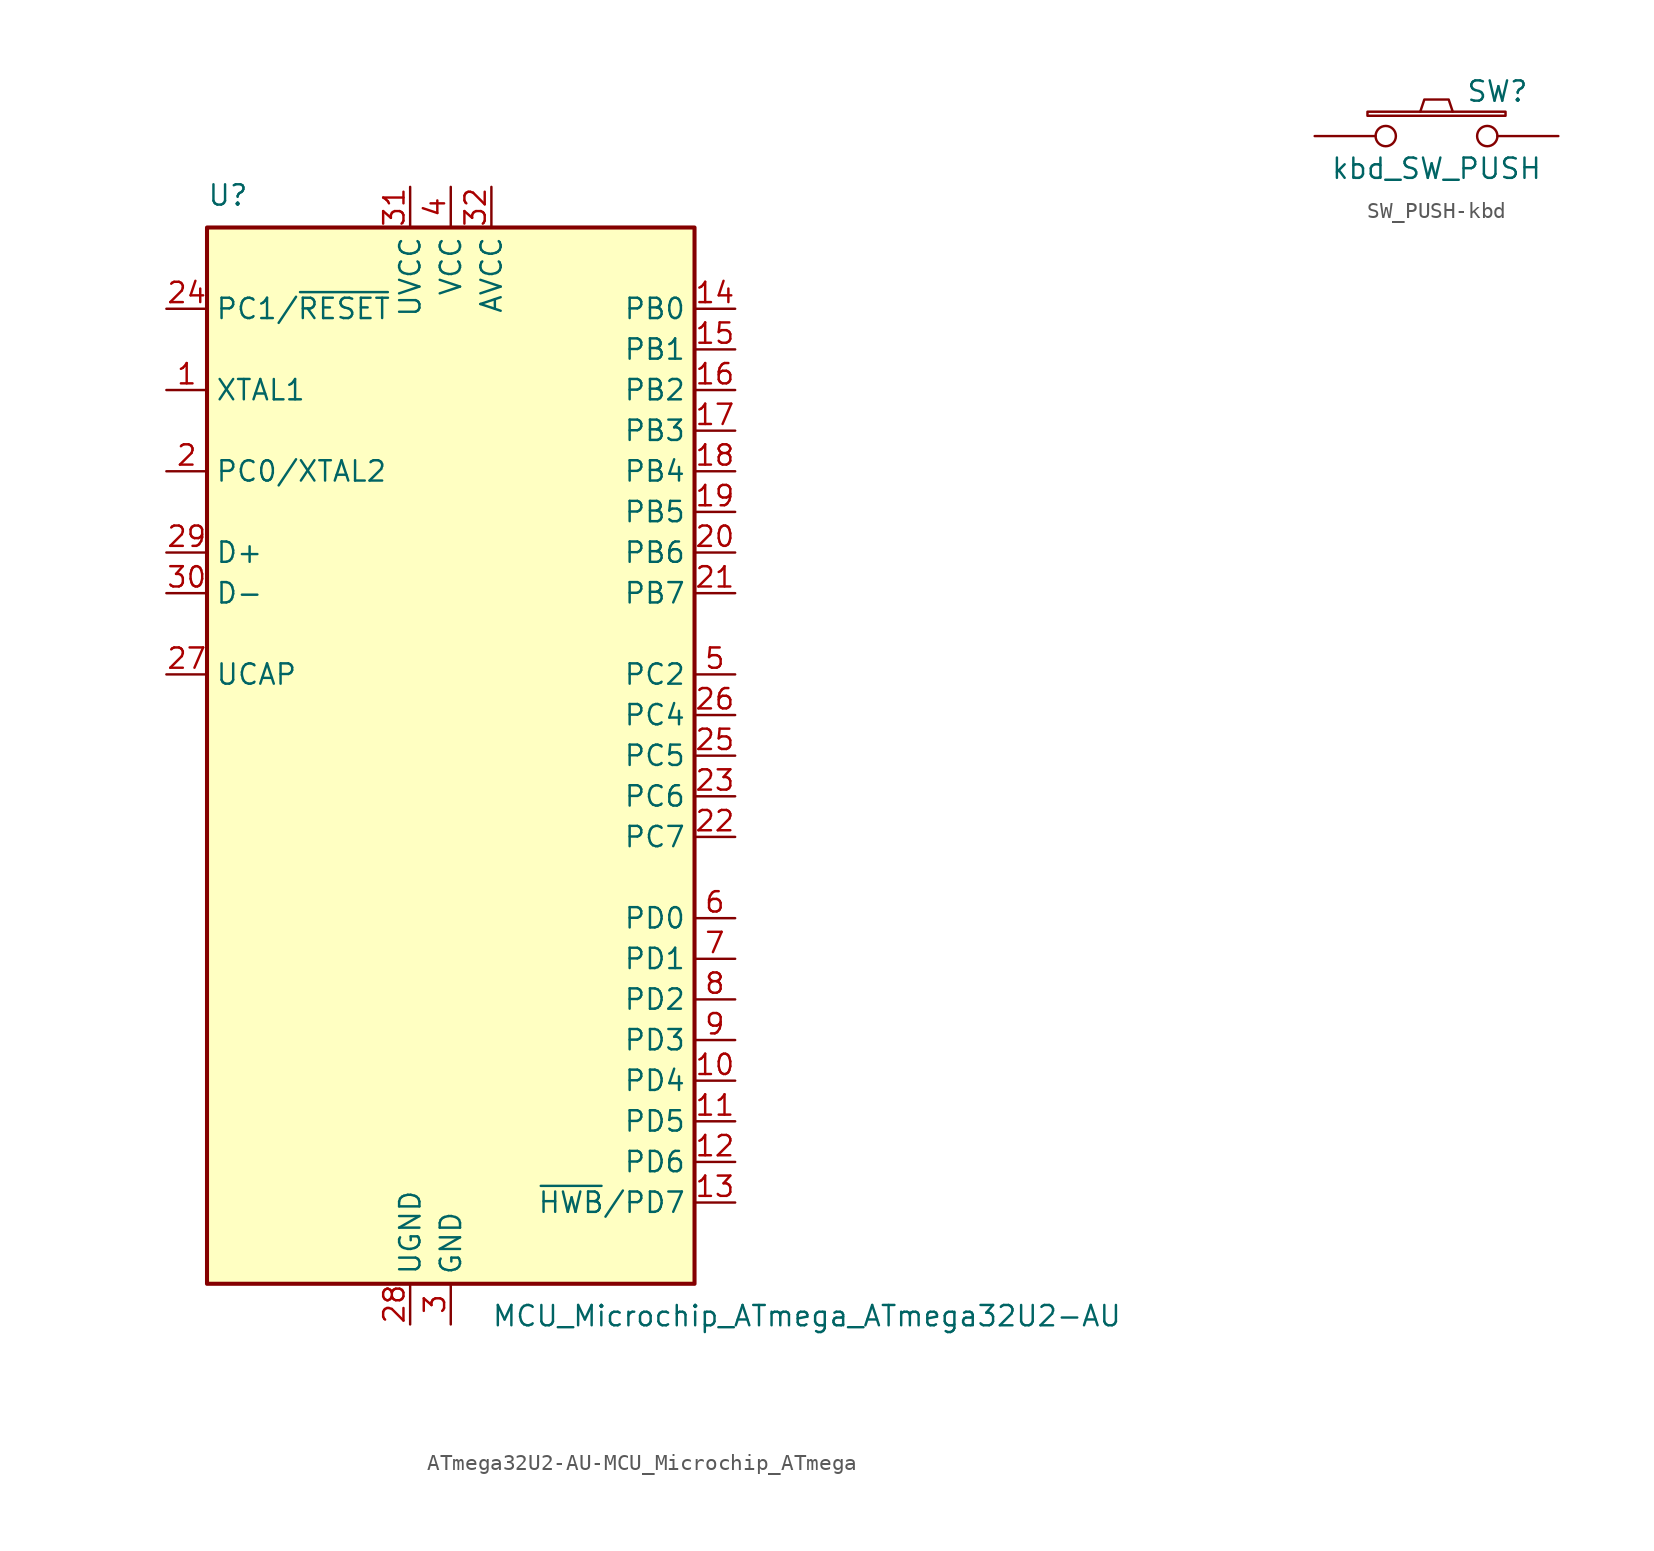
<source format=kicad_sym>
(kicad_symbol_lib
  (version 20231120)
  (generator "kicad_symbol_editor")
  (generator_version "8.0")
  (symbol "ATmega32U2-AU-MCU_Microchip_ATmega"
    (property "Reference" "U"
      (at -15.24 34.29 0)
      (effects (font (size 1.27 1.27)) (justify left bottom)))
    (property "Value" "MCU_Microchip_ATmega_ATmega32U2-AU"
      (at 2.54 -34.29 0)
      (effects (font (size 1.27 1.27)) (justify left top)))
    (symbol "ATmega32U2-AU-MCU_Microchip_ATmega_0_1"
      (rectangle (start -15.24 -33.02) (end 15.24 33.02) (stroke (width 0.254) (type solid)) (fill (type background))))
    (symbol "ATmega32U2-AU-MCU_Microchip_ATmega_1_1"
      (pin input line (at -17.78 22.86 0) (length 2.54) (name "XTAL1" (effects (font (size 1.27 1.27)))) (number "1" (effects (font (size 1.27 1.27)))))
      (pin bidirectional line (at 17.78 -20.32 180) (length 2.54) (name "PD4" (effects (font (size 1.27 1.27)))) (number "10" (effects (font (size 1.27 1.27)))))
      (pin bidirectional line (at 17.78 -22.86 180) (length 2.54) (name "PD5" (effects (font (size 1.27 1.27)))) (number "11" (effects (font (size 1.27 1.27)))))
      (pin bidirectional line (at 17.78 -25.4 180) (length 2.54) (name "PD6" (effects (font (size 1.27 1.27)))) (number "12" (effects (font (size 1.27 1.27)))))
      (pin bidirectional line (at 17.78 -27.94 180) (length 2.54) (name "~{HWB}/PD7" (effects (font (size 1.27 1.27)))) (number "13" (effects (font (size 1.27 1.27)))))
      (pin bidirectional line (at 17.78 27.94 180) (length 2.54) (name "PB0" (effects (font (size 1.27 1.27)))) (number "14" (effects (font (size 1.27 1.27)))))
      (pin bidirectional line (at 17.78 25.4 180) (length 2.54) (name "PB1" (effects (font (size 1.27 1.27)))) (number "15" (effects (font (size 1.27 1.27)))))
      (pin bidirectional line (at 17.78 22.86 180) (length 2.54) (name "PB2" (effects (font (size 1.27 1.27)))) (number "16" (effects (font (size 1.27 1.27)))))
      (pin bidirectional line (at 17.78 20.32 180) (length 2.54) (name "PB3" (effects (font (size 1.27 1.27)))) (number "17" (effects (font (size 1.27 1.27)))))
      (pin bidirectional line (at 17.78 17.78 180) (length 2.54) (name "PB4" (effects (font (size 1.27 1.27)))) (number "18" (effects (font (size 1.27 1.27)))))
      (pin bidirectional line (at 17.78 15.24 180) (length 2.54) (name "PB5" (effects (font (size 1.27 1.27)))) (number "19" (effects (font (size 1.27 1.27)))))
      (pin bidirectional line (at -17.78 17.78 0) (length 2.54) (name "PC0/XTAL2" (effects (font (size 1.27 1.27)))) (number "2" (effects (font (size 1.27 1.27)))))
      (pin bidirectional line (at 17.78 12.7 180) (length 2.54) (name "PB6" (effects (font (size 1.27 1.27)))) (number "20" (effects (font (size 1.27 1.27)))))
      (pin bidirectional line (at 17.78 10.16 180) (length 2.54) (name "PB7" (effects (font (size 1.27 1.27)))) (number "21" (effects (font (size 1.27 1.27)))))
      (pin bidirectional line (at 17.78 -5.08 180) (length 2.54) (name "PC7" (effects (font (size 1.27 1.27)))) (number "22" (effects (font (size 1.27 1.27)))))
      (pin bidirectional line (at 17.78 -2.54 180) (length 2.54) (name "PC6" (effects (font (size 1.27 1.27)))) (number "23" (effects (font (size 1.27 1.27)))))
      (pin bidirectional line (at -17.78 27.94 0) (length 2.54) (name "PC1/~{RESET}" (effects (font (size 1.27 1.27)))) (number "24" (effects (font (size 1.27 1.27)))))
      (pin bidirectional line (at 17.78 0 180) (length 2.54) (name "PC5" (effects (font (size 1.27 1.27)))) (number "25" (effects (font (size 1.27 1.27)))))
      (pin bidirectional line (at 17.78 2.54 180) (length 2.54) (name "PC4" (effects (font (size 1.27 1.27)))) (number "26" (effects (font (size 1.27 1.27)))))
      (pin passive line (at -17.78 5.08 0) (length 2.54) (name "UCAP" (effects (font (size 1.27 1.27)))) (number "27" (effects (font (size 1.27 1.27)))))
      (pin power_in line (at -2.54 -35.56 90) (length 2.54) (name "UGND" (effects (font (size 1.27 1.27)))) (number "28" (effects (font (size 1.27 1.27)))))
      (pin bidirectional line (at -17.78 12.7 0) (length 2.54) (name "D+" (effects (font (size 1.27 1.27)))) (number "29" (effects (font (size 1.27 1.27)))))
      (pin power_in line (at 0 -35.56 90) (length 2.54) (name "GND" (effects (font (size 1.27 1.27)))) (number "3" (effects (font (size 1.27 1.27)))))
      (pin bidirectional line (at -17.78 10.16 0) (length 2.54) (name "D-" (effects (font (size 1.27 1.27)))) (number "30" (effects (font (size 1.27 1.27)))))
      (pin power_in line (at -2.54 35.56 270) (length 2.54) (name "UVCC" (effects (font (size 1.27 1.27)))) (number "31" (effects (font (size 1.27 1.27)))))
      (pin power_in line (at 2.54 35.56 270) (length 2.54) (name "AVCC" (effects (font (size 1.27 1.27)))) (number "32" (effects (font (size 1.27 1.27)))))
      (pin power_in line (at 0 35.56 270) (length 2.54) (name "VCC" (effects (font (size 1.27 1.27)))) (number "4" (effects (font (size 1.27 1.27)))))
      (pin bidirectional line (at 17.78 5.08 180) (length 2.54) (name "PC2" (effects (font (size 1.27 1.27)))) (number "5" (effects (font (size 1.27 1.27)))))
      (pin bidirectional line (at 17.78 -10.16 180) (length 2.54) (name "PD0" (effects (font (size 1.27 1.27)))) (number "6" (effects (font (size 1.27 1.27)))))
      (pin bidirectional line (at 17.78 -12.7 180) (length 2.54) (name "PD1" (effects (font (size 1.27 1.27)))) (number "7" (effects (font (size 1.27 1.27)))))
      (pin bidirectional line (at 17.78 -15.24 180) (length 2.54) (name "PD2" (effects (font (size 1.27 1.27)))) (number "8" (effects (font (size 1.27 1.27)))))
      (pin bidirectional line (at 17.78 -17.78 180) (length 2.54) (name "PD3" (effects (font (size 1.27 1.27)))) (number "9" (effects (font (size 1.27 1.27)))))))
  (symbol "SW_PUSH-kbd"
    (pin_numbers hide)
    (pin_names
      (offset 1.016) hide)
    (property "Reference" "SW"
      (at 3.81 2.794 0)
      (effects (font (size 1.27 1.27))))
    (property "Value" "kbd_SW_PUSH"
      (at 0 -2.032 0)
      (effects (font (size 1.27 1.27))))
    (property "Footprint" ""
      (at 0 0 0)
      (effects (font (size 1.27 1.27))))
    (property "Datasheet" ""
      (at 0 0 0)
      (effects (font (size 1.27 1.27))))
    (symbol "SW_PUSH-kbd_0_1"
      (rectangle (start -4.318 1.27) (end 4.318 1.524) (stroke (width 0) (type solid)) (fill (type none)))
      (polyline (pts (xy -1.016 1.524) (xy -0.762 2.286) (xy 0.762 2.286) (xy 1.016 1.524)) (stroke (width 0) (type solid)) (fill (type none)))
      (pin passive inverted (at -7.62 0 0) (length 5.08) (name "1" (effects (font (size 1.27 1.27)))) (number "1" (effects (font (size 1.27 1.27)))))
      (pin passive inverted (at 7.62 0 180) (length 5.08) (name "2" (effects (font (size 1.27 1.27)))) (number "2" (effects (font (size 1.27 1.27))))))))
</source>
